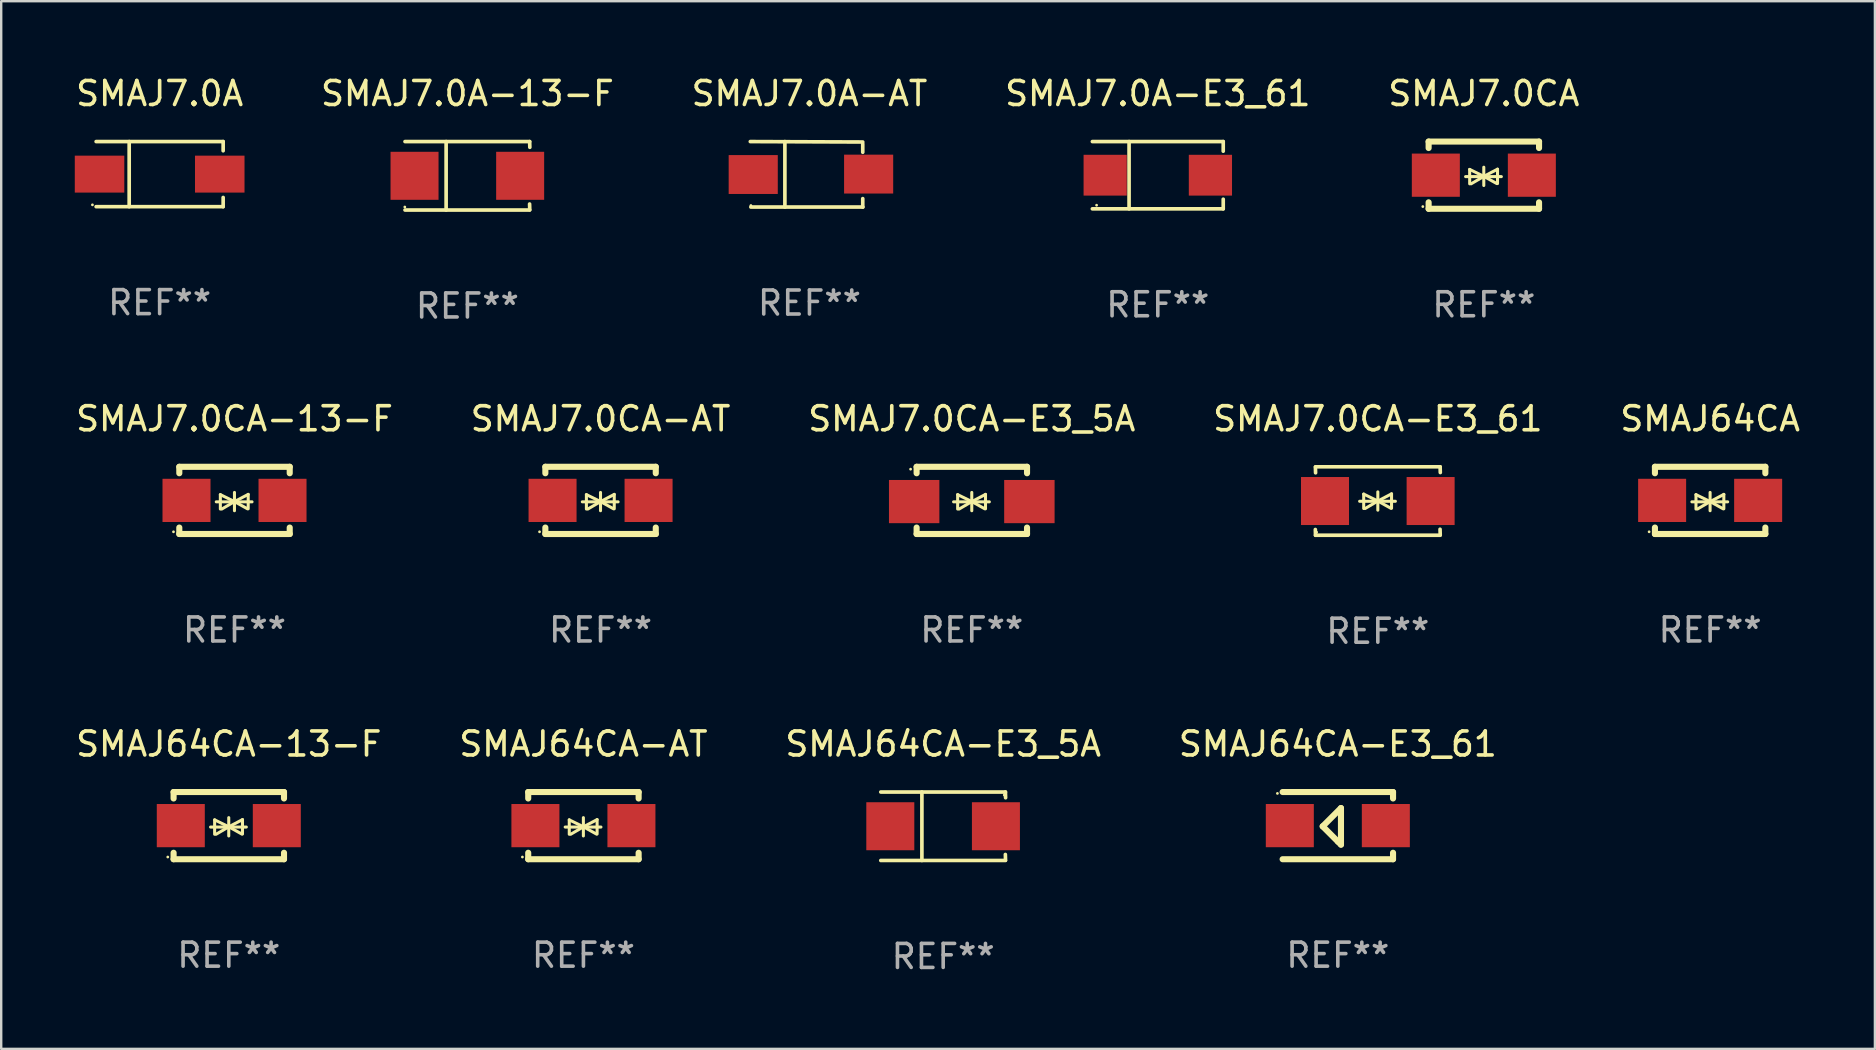
<source format=kicad_pcb>
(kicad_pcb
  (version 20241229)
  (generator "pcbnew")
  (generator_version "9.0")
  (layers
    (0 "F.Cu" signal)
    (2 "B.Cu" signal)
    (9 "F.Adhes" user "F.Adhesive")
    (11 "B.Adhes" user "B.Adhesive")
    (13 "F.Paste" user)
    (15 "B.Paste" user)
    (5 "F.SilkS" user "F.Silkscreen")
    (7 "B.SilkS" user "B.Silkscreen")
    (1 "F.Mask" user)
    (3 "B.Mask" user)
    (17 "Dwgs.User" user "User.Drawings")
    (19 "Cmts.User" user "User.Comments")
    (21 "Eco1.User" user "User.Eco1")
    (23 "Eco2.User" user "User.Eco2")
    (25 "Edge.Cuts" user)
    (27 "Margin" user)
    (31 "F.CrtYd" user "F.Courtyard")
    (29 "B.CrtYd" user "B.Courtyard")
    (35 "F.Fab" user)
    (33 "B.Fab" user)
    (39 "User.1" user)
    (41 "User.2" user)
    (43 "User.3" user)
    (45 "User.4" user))
  (footprint "SMAJ7.0CA-E3_5A"
    (layer "F.Cu")
    (at 37.435 17.797)
    (property "Reference" "SMAJ7.0CA-E3_5A" (at 0 -3.4 0) (layer "F.SilkS") (effects (font (size 1 1) (thickness 0.15))))
    (attr through_hole)
    (fp_line (start -2.298 -1.4) (end -2.298 -1.131) (stroke (width 0.254) (type solid)) (layer "F.SilkS"))
    (fp_line (start -2.298 -1.4) (end 2.302 -1.4) (stroke (width 0.254) (type solid)) (layer "F.SilkS"))
    (fp_line (start -2.298 1.131) (end -2.298 1.4) (stroke (width 0.254) (type solid)) (layer "F.SilkS"))
    (fp_line (start -2.298 1.4) (end 2.302 1.4) (stroke (width 0.254) (type solid)) (layer "F.SilkS"))
    (fp_line (start -0.758 0.06) (end 0.732 0.06) (stroke (width 0.127) (type solid)) (layer "F.SilkS"))
    (fp_line (start -0.588 -0.24) (end -0.588 0.36) (stroke (width 0.127) (type solid)) (layer "F.SilkS"))
    (fp_line (start -0.588 -0.24) (end 0.000025 0.049) (stroke (width 0.127) (type solid)) (layer "F.SilkS"))
    (fp_line (start -0.528 0.36) (end 0.000025 0.049) (stroke (width 0.127) (type solid)) (layer "F.SilkS"))
    (fp_line (start 0.000025 0.049) (end 0.000025 -0.332) (stroke (width 0.127) (type solid)) (layer "F.SilkS"))
    (fp_line (start 0.000025 0.049) (end 0.000025 0.43) (stroke (width 0.127) (type solid)) (layer "F.SilkS"))
    (fp_line (start 0.542 0.35) (end 0.000025 0.049) (stroke (width 0.127) (type solid)) (layer "F.SilkS"))
    (fp_line (start 0.572 -0.25) (end 0.000025 0.049) (stroke (width 0.127) (type solid)) (layer "F.SilkS"))
    (fp_line (start 0.572 -0.25) (end 0.572 0.35) (stroke (width 0.127) (type solid)) (layer "F.SilkS"))
    (fp_line (start 2.302 -1.4) (end 2.302 -1.131) (stroke (width 0.254) (type solid)) (layer "F.SilkS"))
    (fp_line (start 2.302 1.131) (end 2.302 1.4) (stroke (width 0.254) (type solid)) (layer "F.SilkS"))
    (fp_circle (center -2.549 -1.301) (end -2.519 -1.301) (stroke (width 0.06) (type solid)) (fill no) (layer "F.SilkS"))
    (fp_text user "REF**" (at 0 5.4 0) (layer "F.Fab") (effects (font (size 1 1) (thickness 0.15))))
    (pad "1" smd rect (at -2.4 0.049) (size 2.1 1.8) (layers "F.Cu" "F.Mask" "F.Paste"))
    (pad "2" smd rect (at 2.4 0.049) (size 2.1 1.8) (layers "F.Cu" "F.Mask" "F.Paste")))
  (footprint "SMAJ7.0A-13-F"
    (layer "F.Cu")
    (at 16.423 4.274)
    (property "Reference" "SMAJ7.0A-13-F" (at 0 -3.426 0) (layer "F.SilkS") (effects (font (size 1 1) (thickness 0.15))))
    (attr through_hole)
    (fp_line (start -2.6 -1.426) (end 2.593 -1.426) (stroke (width 0.152) (type solid)) (layer "F.SilkS"))
    (fp_line (start -2.6 1.426) (end 2.593 1.426) (stroke (width 0.152) (type solid)) (layer "F.SilkS"))
    (fp_line (start -0.887 -1.426) (end -0.887 1.426) (stroke (width 0.152) (type solid)) (layer "F.SilkS"))
    (fp_line (start 2.59 1.176) (end 2.597 1.415) (stroke (width 0.152) (type solid)) (layer "F.SilkS"))
    (fp_line (start 2.593 -1.426) (end 2.6 -1.187) (stroke (width 0.152) (type solid)) (layer "F.SilkS"))
    (fp_circle (center -2.608 1.3) (end -2.578 1.3) (stroke (width 0.06) (type solid)) (fill no) (layer "F.SilkS"))
    (fp_text user "REF**" (at 0 5.426 0) (layer "F.Fab") (effects (font (size 1 1) (thickness 0.15))))
    (pad "1" smd rect (at -2.203 0 180) (size 2 2) (layers "F.Cu" "F.Mask" "F.Paste"))
    (pad "2" smd rect (at 2.197 0 180) (size 2 2) (layers "F.Cu" "F.Mask" "F.Paste")))
  (footprint "SMAJ7.0A-AT"
    (layer "F.Cu")
    (at 30.673 4.212)
    (property "Reference" "SMAJ7.0A-AT" (at 0 -3.364 0) (layer "F.SilkS") (effects (font (size 1 1) (thickness 0.15))))
    (attr through_hole)
    (fp_line (start -2.465 -1.364) (end 2.22 -1.346) (stroke (width 0.152) (type solid)) (layer "F.SilkS"))
    (fp_line (start -2.442 1.364) (end 2.226 1.364) (stroke (width 0.152) (type solid)) (layer "F.SilkS"))
    (fp_line (start -1.024 -1.364) (end -1.024 1.364) (stroke (width 0.152) (type solid)) (layer "F.SilkS"))
    (fp_line (start 2.22 -1.27) (end 2.22 -0.919) (stroke (width 0.152) (type solid)) (layer "F.SilkS"))
    (fp_line (start 2.22 1.364) (end 2.22 1.013) (stroke (width 0.152) (type solid)) (layer "F.SilkS"))
    (fp_circle (center -2.439 1.3) (end -2.409 1.3) (stroke (width 0.06) (type solid)) (fill no) (layer "F.SilkS"))
    (fp_text user "REF**" (at 0 5.364 0) (layer "F.Fab") (effects (font (size 1 1) (thickness 0.15))))
    (pad "1" smd rect (at -2.343 0.009) (size 2.046 1.62) (layers "F.Cu" "F.Mask" "F.Paste"))
    (pad "2" smd rect (at 2.465 -0.009 180) (size 2.046 1.62) (layers "F.Cu" "F.Mask" "F.Paste")))
  (footprint "SMAJ7.0CA-E3_61"
    (layer "F.Cu")
    (at 54.351 17.823)
    (property "Reference" "SMAJ7.0CA-E3_61" (at 0 -3.426 0) (layer "F.SilkS") (effects (font (size 1 1) (thickness 0.15))))
    (attr through_hole)
    (fp_line (start -2.596 -1.426) (end 2.596 -1.426) (stroke (width 0.152) (type solid)) (layer "F.SilkS"))
    (fp_line (start -2.596 1.426) (end -2.603 1.187) (stroke (width 0.152) (type solid)) (layer "F.SilkS"))
    (fp_line (start -2.596 1.426) (end 2.596 1.426) (stroke (width 0.152) (type solid)) (layer "F.SilkS"))
    (fp_line (start -2.593 -1.176) (end -2.6 -1.415) (stroke (width 0.152) (type solid)) (layer "F.SilkS"))
    (fp_line (start -0.758 0.011) (end 0.732 0.011) (stroke (width 0.127) (type solid)) (layer "F.SilkS"))
    (fp_line (start -0.588 -0.289) (end -0.588 0.311) (stroke (width 0.127) (type solid)) (layer "F.SilkS"))
    (fp_line (start -0.588 -0.289) (end 0 0) (stroke (width 0.127) (type solid)) (layer "F.SilkS"))
    (fp_line (start -0.528 0.311) (end 0 0) (stroke (width 0.127) (type solid)) (layer "F.SilkS"))
    (fp_line (start 0 0) (end 0 -0.381) (stroke (width 0.127) (type solid)) (layer "F.SilkS"))
    (fp_line (start 0 0) (end 0 0.381) (stroke (width 0.127) (type solid)) (layer "F.SilkS"))
    (fp_line (start 0.542 0.301) (end 0 0) (stroke (width 0.127) (type solid)) (layer "F.SilkS"))
    (fp_line (start 0.572 -0.299) (end 0 0) (stroke (width 0.127) (type solid)) (layer "F.SilkS"))
    (fp_line (start 0.572 -0.299) (end 0.572 0.301) (stroke (width 0.127) (type solid)) (layer "F.SilkS"))
    (fp_line (start 2.593 1.176) (end 2.6 1.415) (stroke (width 0.152) (type solid)) (layer "F.SilkS"))
    (fp_line (start 2.596 -1.426) (end 2.603 -1.187) (stroke (width 0.152) (type solid)) (layer "F.SilkS"))
    (fp_circle (center -2.55 1.3) (end -2.52 1.3) (stroke (width 0.06) (type solid)) (fill no) (layer "F.SilkS"))
    (fp_text user "REF**" (at 0 5.426 0) (layer "F.Fab") (effects (font (size 1 1) (thickness 0.15))))
    (pad "1" smd rect (at -2.2 0 180) (size 2 2) (layers "F.Cu" "F.Mask" "F.Paste"))
    (pad "2" smd rect (at 2.2 0 180) (size 2 2) (layers "F.Cu" "F.Mask" "F.Paste")))
  (footprint "SMAJ64CA-E3_5A"
    (layer "F.Cu")
    (at 36.244 31.372)
    (property "Reference" "SMAJ64CA-E3_5A" (at 0 -3.426 0) (layer "F.SilkS") (effects (font (size 1 1) (thickness 0.15))))
    (attr through_hole)
    (fp_line (start -2.6 -1.426) (end 2.593 -1.426) (stroke (width 0.152) (type solid)) (layer "F.SilkS"))
    (fp_line (start -2.6 1.426) (end 2.593 1.426) (stroke (width 0.152) (type solid)) (layer "F.SilkS"))
    (fp_line (start -0.887 -1.426) (end -0.887 1.426) (stroke (width 0.152) (type solid)) (layer "F.SilkS"))
    (fp_line (start 2.59 1.176) (end 2.597 1.415) (stroke (width 0.152) (type solid)) (layer "F.SilkS"))
    (fp_line (start 2.593 -1.426) (end 2.6 -1.187) (stroke (width 0.152) (type solid)) (layer "F.SilkS"))
    (fp_circle (center 2.547 -1.3) (end 2.577 -1.3) (stroke (width 0.06) (type solid)) (fill no) (layer "F.SilkS"))
    (fp_text user "REF**" (at 0 5.426 0) (layer "F.Fab") (effects (font (size 1 1) (thickness 0.15))))
    (pad "1" smd rect (at 2.197 -0.000025 180) (size 2 2) (layers "F.Cu" "F.Mask" "F.Paste"))
    (pad "2" smd rect (at -2.203 -0.000025 180) (size 2 2) (layers "F.Cu" "F.Mask" "F.Paste")))
  (footprint "SMAJ7.0CA"
    (layer "F.Cu")
    (at 58.768 4.248)
    (property "Reference" "SMAJ7.0CA" (at 0 -3.4 0) (layer "F.SilkS") (effects (font (size 1 1) (thickness 0.15))))
    (attr through_hole)
    (fp_line (start -2.3 -1.4) (end -2.3 -1.131) (stroke (width 0.254) (type solid)) (layer "F.SilkS"))
    (fp_line (start -2.3 -1.4) (end 2.3 -1.4) (stroke (width 0.254) (type solid)) (layer "F.SilkS"))
    (fp_line (start -2.3 1.131) (end -2.3 1.4) (stroke (width 0.254) (type solid)) (layer "F.SilkS"))
    (fp_line (start -2.3 1.4) (end 2.3 1.4) (stroke (width 0.254) (type solid)) (layer "F.SilkS"))
    (fp_line (start -0.76 0.06) (end 0.73 0.06) (stroke (width 0.127) (type solid)) (layer "F.SilkS"))
    (fp_line (start -0.59 -0.24) (end -0.59 0.36) (stroke (width 0.127) (type solid)) (layer "F.SilkS"))
    (fp_line (start -0.59 -0.24) (end -0.002 0.049) (stroke (width 0.127) (type solid)) (layer "F.SilkS"))
    (fp_line (start -0.53 0.36) (end -0.002 0.049) (stroke (width 0.127) (type solid)) (layer "F.SilkS"))
    (fp_line (start -0.002 0.049) (end -0.002 -0.332) (stroke (width 0.127) (type solid)) (layer "F.SilkS"))
    (fp_line (start -0.002 0.049) (end -0.002 0.43) (stroke (width 0.127) (type solid)) (layer "F.SilkS"))
    (fp_line (start 0.54 0.35) (end -0.002 0.049) (stroke (width 0.127) (type solid)) (layer "F.SilkS"))
    (fp_line (start 0.57 -0.25) (end -0.002 0.049) (stroke (width 0.127) (type solid)) (layer "F.SilkS"))
    (fp_line (start 0.57 -0.25) (end 0.57 0.35) (stroke (width 0.127) (type solid)) (layer "F.SilkS"))
    (fp_line (start 2.3 -1.4) (end 2.3 -1.131) (stroke (width 0.254) (type solid)) (layer "F.SilkS"))
    (fp_line (start 2.3 1.131) (end 2.3 1.4) (stroke (width 0.254) (type solid)) (layer "F.SilkS"))
    (fp_circle (center -2.542 1.308) (end -2.512 1.308) (stroke (width 0.06) (type solid)) (fill no) (layer "F.SilkS"))
    (fp_text user "REF**" (at 0 5.4 0) (layer "F.Fab") (effects (font (size 1 1) (thickness 0.15))))
    (pad "1" smd rect (at -2 0) (size 2 1.8) (layers "F.Cu" "F.Mask" "F.Paste"))
    (pad "2" smd rect (at 2 0) (size 2 1.8) (layers "F.Cu" "F.Mask" "F.Paste")))
  (footprint "SMAJ7.0A-E3_61"
    (layer "F.Cu")
    (at 45.185 4.249)
    (property "Reference" "SMAJ7.0A-E3_61" (at 0 -3.401 0) (layer "F.SilkS") (effects (font (size 1 1) (thickness 0.15))))
    (attr through_hole)
    (fp_line (start -2.726 -1.401) (end 2.726 -1.401) (stroke (width 0.152) (type solid)) (layer "F.SilkS"))
    (fp_line (start -2.726 1.401) (end 2.726 1.401) (stroke (width 0.152) (type solid)) (layer "F.SilkS"))
    (fp_line (start -1.197 -1.401) (end -1.197 1.401) (stroke (width 0.152) (type solid)) (layer "F.SilkS"))
    (fp_line (start 2.726 -1.401) (end 2.726 -1) (stroke (width 0.152) (type solid)) (layer "F.SilkS"))
    (fp_line (start 2.726 1.401) (end 2.726 1) (stroke (width 0.152) (type solid)) (layer "F.SilkS"))
    (fp_circle (center -2.55 1.25) (end -2.52 1.25) (stroke (width 0.06) (type solid)) (fill no) (layer "F.SilkS"))
    (fp_text user "REF**" (at 0 5.401 0) (layer "F.Fab") (effects (font (size 1 1) (thickness 0.15))))
    (pad "1" smd rect (at -2.192 0) (size 1.8 1.7) (layers "F.Cu" "F.Mask" "F.Paste"))
    (pad "2" smd rect (at 2.192 0) (size 1.8 1.7) (layers "F.Cu" "F.Mask" "F.Paste")))
  (footprint "SMAJ7.0A"
    (layer "F.Cu")
    (at 3.601 4.204)
    (property "Reference" "SMAJ7.0A" (at 0 -3.356 0) (layer "F.SilkS") (effects (font (size 1 1) (thickness 0.15))))
    (attr through_hole)
    (fp_line (start -2.646 -1.356) (end 2.646 -1.356) (stroke (width 0.152) (type solid)) (layer "F.SilkS"))
    (fp_line (start -2.646 1.356) (end 2.646 1.356) (stroke (width 0.152) (type solid)) (layer "F.SilkS"))
    (fp_line (start -1.269 -1.356) (end -1.269 1.356) (stroke (width 0.152) (type solid)) (layer "F.SilkS"))
    (fp_line (start 2.646 -1.356) (end 2.646 -0.973) (stroke (width 0.152) (type solid)) (layer "F.SilkS"))
    (fp_line (start 2.646 1.356) (end 2.646 0.973) (stroke (width 0.152) (type solid)) (layer "F.SilkS"))
    (fp_circle (center -2.8 1.28) (end -2.77 1.28) (stroke (width 0.06) (type solid)) (fill no) (layer "F.SilkS"))
    (fp_text user "REF**" (at 0 5.356 0) (layer "F.Fab") (effects (font (size 1 1) (thickness 0.15))))
    (pad "1" smd rect (at 2.504 0) (size 2.063 1.539) (layers "F.Cu" "F.Mask" "F.Paste"))
    (pad "2" smd rect (at -2.504 0) (size 2.063 1.539) (layers "F.Cu" "F.Mask" "F.Paste")))
  (footprint "SMAJ64CA-E3_61"
    (layer "F.Cu")
    (at 52.685 31.346)
    (property "Reference" "SMAJ64CA-E3_61" (at 0 -3.4 0) (layer "F.SilkS") (effects (font (size 1 1) (thickness 0.15))))
    (attr through_hole)
    (fp_line (start -2.3 -1.4) (end 2.3 -1.4) (stroke (width 0.254) (type solid)) (layer "F.SilkS"))
    (fp_line (start -2.3 1.4) (end 2.3 1.4) (stroke (width 0.254) (type solid)) (layer "F.SilkS"))
    (fp_line (start -0.631 0.03) (end 0.131 -0.732) (stroke (width 0.254) (type solid)) (layer "F.SilkS"))
    (fp_line (start 0.004 0.665) (end -0.631 0.03) (stroke (width 0.254) (type solid)) (layer "F.SilkS"))
    (fp_line (start 0.131 -0.732) (end 0.131 0.665) (stroke (width 0.254) (type solid)) (layer "F.SilkS"))
    (fp_line (start 0.131 0.665) (end 0.131 0.792) (stroke (width 0.254) (type solid)) (layer "F.SilkS"))
    (fp_line (start 0.131 0.792) (end 0.004 0.665) (stroke (width 0.254) (type solid)) (layer "F.SilkS"))
    (fp_line (start 2.3 -1.4) (end 2.3 -1.131) (stroke (width 0.254) (type solid)) (layer "F.SilkS"))
    (fp_line (start 2.3 1.131) (end 2.3 1.4) (stroke (width 0.254) (type solid)) (layer "F.SilkS"))
    (fp_circle (center -2.517 -1.342) (end -2.487 -1.342) (stroke (width 0.06) (type solid)) (fill no) (layer "F.SilkS"))
    (fp_text user "REF**" (at 0 5.4 0) (layer "F.Fab") (effects (font (size 1 1) (thickness 0.15))))
    (pad "1" smd rect (at -2 -0.000127) (size 2 1.8) (layers "F.Cu" "F.Mask" "F.Paste"))
    (pad "2" smd rect (at 2 -0.000127) (size 2 1.8) (layers "F.Cu" "F.Mask" "F.Paste")))
  (footprint "SMAJ64CA"
    (layer "F.Cu")
    (at 68.196 17.797)
    (property "Reference" "SMAJ64CA" (at 0 -3.4 0) (layer "F.SilkS") (effects (font (size 1 1) (thickness 0.15))))
    (attr through_hole)
    (fp_line (start -2.3 -1.4) (end -2.3 -1.131) (stroke (width 0.254) (type solid)) (layer "F.SilkS"))
    (fp_line (start -2.3 -1.4) (end 2.3 -1.4) (stroke (width 0.254) (type solid)) (layer "F.SilkS"))
    (fp_line (start -2.3 1.131) (end -2.3 1.4) (stroke (width 0.254) (type solid)) (layer "F.SilkS"))
    (fp_line (start -2.3 1.4) (end 2.3 1.4) (stroke (width 0.254) (type solid)) (layer "F.SilkS"))
    (fp_line (start -0.76 0.06) (end 0.73 0.06) (stroke (width 0.127) (type solid)) (layer "F.SilkS"))
    (fp_line (start -0.59 -0.24) (end -0.59 0.36) (stroke (width 0.127) (type solid)) (layer "F.SilkS"))
    (fp_line (start -0.59 -0.24) (end -0.002 0.049) (stroke (width 0.127) (type solid)) (layer "F.SilkS"))
    (fp_line (start -0.53 0.36) (end -0.002 0.049) (stroke (width 0.127) (type solid)) (layer "F.SilkS"))
    (fp_line (start -0.002 0.049) (end -0.002 -0.332) (stroke (width 0.127) (type solid)) (layer "F.SilkS"))
    (fp_line (start -0.002 0.049) (end -0.002 0.43) (stroke (width 0.127) (type solid)) (layer "F.SilkS"))
    (fp_line (start 0.54 0.35) (end -0.002 0.049) (stroke (width 0.127) (type solid)) (layer "F.SilkS"))
    (fp_line (start 0.57 -0.25) (end -0.002 0.049) (stroke (width 0.127) (type solid)) (layer "F.SilkS"))
    (fp_line (start 0.57 -0.25) (end 0.57 0.35) (stroke (width 0.127) (type solid)) (layer "F.SilkS"))
    (fp_line (start 2.3 -1.4) (end 2.3 -1.131) (stroke (width 0.254) (type solid)) (layer "F.SilkS"))
    (fp_line (start 2.3 1.131) (end 2.3 1.4) (stroke (width 0.254) (type solid)) (layer "F.SilkS"))
    (fp_circle (center -2.542 1.308) (end -2.512 1.308) (stroke (width 0.06) (type solid)) (fill no) (layer "F.SilkS"))
    (fp_text user "REF**" (at 0 5.4 0) (layer "F.Fab") (effects (font (size 1 1) (thickness 0.15))))
    (pad "1" smd rect (at -2 0) (size 2 1.8) (layers "F.Cu" "F.Mask" "F.Paste"))
    (pad "2" smd rect (at 2 0) (size 2 1.8) (layers "F.Cu" "F.Mask" "F.Paste")))
  (footprint "SMAJ64CA-AT"
    (layer "F.Cu")
    (at 21.256 31.346)
    (property "Reference" "SMAJ64CA-AT" (at 0 -3.4 0) (layer "F.SilkS") (effects (font (size 1 1) (thickness 0.15))))
    (attr through_hole)
    (fp_line (start -2.3 -1.4) (end -2.3 -1.131) (stroke (width 0.254) (type solid)) (layer "F.SilkS"))
    (fp_line (start -2.3 -1.4) (end 2.3 -1.4) (stroke (width 0.254) (type solid)) (layer "F.SilkS"))
    (fp_line (start -2.3 1.131) (end -2.3 1.4) (stroke (width 0.254) (type solid)) (layer "F.SilkS"))
    (fp_line (start -2.3 1.4) (end 2.3 1.4) (stroke (width 0.254) (type solid)) (layer "F.SilkS"))
    (fp_line (start -0.76 0.06) (end 0.73 0.06) (stroke (width 0.127) (type solid)) (layer "F.SilkS"))
    (fp_line (start -0.59 -0.24) (end -0.59 0.36) (stroke (width 0.127) (type solid)) (layer "F.SilkS"))
    (fp_line (start -0.59 -0.24) (end -0.002 0.049) (stroke (width 0.127) (type solid)) (layer "F.SilkS"))
    (fp_line (start -0.53 0.36) (end -0.002 0.049) (stroke (width 0.127) (type solid)) (layer "F.SilkS"))
    (fp_line (start -0.002 0.049) (end -0.002 -0.332) (stroke (width 0.127) (type solid)) (layer "F.SilkS"))
    (fp_line (start -0.002 0.049) (end -0.002 0.43) (stroke (width 0.127) (type solid)) (layer "F.SilkS"))
    (fp_line (start 0.54 0.35) (end -0.002 0.049) (stroke (width 0.127) (type solid)) (layer "F.SilkS"))
    (fp_line (start 0.57 -0.25) (end -0.002 0.049) (stroke (width 0.127) (type solid)) (layer "F.SilkS"))
    (fp_line (start 0.57 -0.25) (end 0.57 0.35) (stroke (width 0.127) (type solid)) (layer "F.SilkS"))
    (fp_line (start 2.3 -1.4) (end 2.3 -1.131) (stroke (width 0.254) (type solid)) (layer "F.SilkS"))
    (fp_line (start 2.3 1.131) (end 2.3 1.4) (stroke (width 0.254) (type solid)) (layer "F.SilkS"))
    (fp_circle (center -2.542 1.308) (end -2.512 1.308) (stroke (width 0.06) (type solid)) (fill no) (layer "F.SilkS"))
    (fp_text user "REF**" (at 0 5.4 0) (layer "F.Fab") (effects (font (size 1 1) (thickness 0.15))))
    (pad "1" smd rect (at -2 0) (size 2 1.8) (layers "F.Cu" "F.Mask" "F.Paste"))
    (pad "2" smd rect (at 2 0) (size 2 1.8) (layers "F.Cu" "F.Mask" "F.Paste")))
  (footprint "SMAJ7.0CA-13-F"
    (layer "F.Cu")
    (at 6.72 17.797)
    (property "Reference" "SMAJ7.0CA-13-F" (at 0 -3.4 0) (layer "F.SilkS") (effects (font (size 1 1) (thickness 0.15))))
    (attr through_hole)
    (fp_line (start -2.3 -1.4) (end -2.3 -1.131) (stroke (width 0.254) (type solid)) (layer "F.SilkS"))
    (fp_line (start -2.3 -1.4) (end 2.3 -1.4) (stroke (width 0.254) (type solid)) (layer "F.SilkS"))
    (fp_line (start -2.3 1.131) (end -2.3 1.4) (stroke (width 0.254) (type solid)) (layer "F.SilkS"))
    (fp_line (start -2.3 1.4) (end 2.3 1.4) (stroke (width 0.254) (type solid)) (layer "F.SilkS"))
    (fp_line (start -0.76 0.06) (end 0.73 0.06) (stroke (width 0.127) (type solid)) (layer "F.SilkS"))
    (fp_line (start -0.59 -0.24) (end -0.59 0.36) (stroke (width 0.127) (type solid)) (layer "F.SilkS"))
    (fp_line (start -0.59 -0.24) (end -0.002 0.049) (stroke (width 0.127) (type solid)) (layer "F.SilkS"))
    (fp_line (start -0.53 0.36) (end -0.002 0.049) (stroke (width 0.127) (type solid)) (layer "F.SilkS"))
    (fp_line (start -0.002 0.049) (end -0.002 -0.332) (stroke (width 0.127) (type solid)) (layer "F.SilkS"))
    (fp_line (start -0.002 0.049) (end -0.002 0.43) (stroke (width 0.127) (type solid)) (layer "F.SilkS"))
    (fp_line (start 0.54 0.35) (end -0.002 0.049) (stroke (width 0.127) (type solid)) (layer "F.SilkS"))
    (fp_line (start 0.57 -0.25) (end -0.002 0.049) (stroke (width 0.127) (type solid)) (layer "F.SilkS"))
    (fp_line (start 0.57 -0.25) (end 0.57 0.35) (stroke (width 0.127) (type solid)) (layer "F.SilkS"))
    (fp_line (start 2.3 -1.4) (end 2.3 -1.131) (stroke (width 0.254) (type solid)) (layer "F.SilkS"))
    (fp_line (start 2.3 1.131) (end 2.3 1.4) (stroke (width 0.254) (type solid)) (layer "F.SilkS"))
    (fp_circle (center -2.542 1.308) (end -2.512 1.308) (stroke (width 0.06) (type solid)) (fill no) (layer "F.SilkS"))
    (fp_text user "REF**" (at 0 5.4 0) (layer "F.Fab") (effects (font (size 1 1) (thickness 0.15))))
    (pad "1" smd rect (at -2 0) (size 2 1.8) (layers "F.Cu" "F.Mask" "F.Paste"))
    (pad "2" smd rect (at 2 0) (size 2 1.8) (layers "F.Cu" "F.Mask" "F.Paste")))
  (footprint "SMAJ7.0CA-AT"
    (layer "F.Cu")
    (at 21.97 17.797)
    (property "Reference" "SMAJ7.0CA-AT" (at 0 -3.4 0) (layer "F.SilkS") (effects (font (size 1 1) (thickness 0.15))))
    (attr through_hole)
    (fp_line (start -2.3 -1.4) (end -2.3 -1.131) (stroke (width 0.254) (type solid)) (layer "F.SilkS"))
    (fp_line (start -2.3 -1.4) (end 2.3 -1.4) (stroke (width 0.254) (type solid)) (layer "F.SilkS"))
    (fp_line (start -2.3 1.131) (end -2.3 1.4) (stroke (width 0.254) (type solid)) (layer "F.SilkS"))
    (fp_line (start -2.3 1.4) (end 2.3 1.4) (stroke (width 0.254) (type solid)) (layer "F.SilkS"))
    (fp_line (start -0.76 0.06) (end 0.73 0.06) (stroke (width 0.127) (type solid)) (layer "F.SilkS"))
    (fp_line (start -0.59 -0.24) (end -0.59 0.36) (stroke (width 0.127) (type solid)) (layer "F.SilkS"))
    (fp_line (start -0.59 -0.24) (end -0.002 0.049) (stroke (width 0.127) (type solid)) (layer "F.SilkS"))
    (fp_line (start -0.53 0.36) (end -0.002 0.049) (stroke (width 0.127) (type solid)) (layer "F.SilkS"))
    (fp_line (start -0.002 0.049) (end -0.002 -0.332) (stroke (width 0.127) (type solid)) (layer "F.SilkS"))
    (fp_line (start -0.002 0.049) (end -0.002 0.43) (stroke (width 0.127) (type solid)) (layer "F.SilkS"))
    (fp_line (start 0.54 0.35) (end -0.002 0.049) (stroke (width 0.127) (type solid)) (layer "F.SilkS"))
    (fp_line (start 0.57 -0.25) (end -0.002 0.049) (stroke (width 0.127) (type solid)) (layer "F.SilkS"))
    (fp_line (start 0.57 -0.25) (end 0.57 0.35) (stroke (width 0.127) (type solid)) (layer "F.SilkS"))
    (fp_line (start 2.3 -1.4) (end 2.3 -1.131) (stroke (width 0.254) (type solid)) (layer "F.SilkS"))
    (fp_line (start 2.3 1.131) (end 2.3 1.4) (stroke (width 0.254) (type solid)) (layer "F.SilkS"))
    (fp_circle (center -2.542 1.308) (end -2.512 1.308) (stroke (width 0.06) (type solid)) (fill no) (layer "F.SilkS"))
    (fp_text user "REF**" (at 0 5.4 0) (layer "F.Fab") (effects (font (size 1 1) (thickness 0.15))))
    (pad "1" smd rect (at -2 0) (size 2 1.8) (layers "F.Cu" "F.Mask" "F.Paste"))
    (pad "2" smd rect (at 2 0) (size 2 1.8) (layers "F.Cu" "F.Mask" "F.Paste")))
  (footprint "SMAJ64CA-13-F"
    (layer "F.Cu")
    (at 6.482 31.346)
    (property "Reference" "SMAJ64CA-13-F" (at 0 -3.4 0) (layer "F.SilkS") (effects (font (size 1 1) (thickness 0.15))))
    (attr through_hole)
    (fp_line (start -2.3 -1.4) (end -2.3 -1.131) (stroke (width 0.254) (type solid)) (layer "F.SilkS"))
    (fp_line (start -2.3 -1.4) (end 2.3 -1.4) (stroke (width 0.254) (type solid)) (layer "F.SilkS"))
    (fp_line (start -2.3 1.131) (end -2.3 1.4) (stroke (width 0.254) (type solid)) (layer "F.SilkS"))
    (fp_line (start -2.3 1.4) (end 2.3 1.4) (stroke (width 0.254) (type solid)) (layer "F.SilkS"))
    (fp_line (start -0.76 0.06) (end 0.73 0.06) (stroke (width 0.127) (type solid)) (layer "F.SilkS"))
    (fp_line (start -0.59 -0.24) (end -0.59 0.36) (stroke (width 0.127) (type solid)) (layer "F.SilkS"))
    (fp_line (start -0.59 -0.24) (end -0.002 0.049) (stroke (width 0.127) (type solid)) (layer "F.SilkS"))
    (fp_line (start -0.53 0.36) (end -0.002 0.049) (stroke (width 0.127) (type solid)) (layer "F.SilkS"))
    (fp_line (start -0.002 0.049) (end -0.002 -0.332) (stroke (width 0.127) (type solid)) (layer "F.SilkS"))
    (fp_line (start -0.002 0.049) (end -0.002 0.43) (stroke (width 0.127) (type solid)) (layer "F.SilkS"))
    (fp_line (start 0.54 0.35) (end -0.002 0.049) (stroke (width 0.127) (type solid)) (layer "F.SilkS"))
    (fp_line (start 0.57 -0.25) (end -0.002 0.049) (stroke (width 0.127) (type solid)) (layer "F.SilkS"))
    (fp_line (start 0.57 -0.25) (end 0.57 0.35) (stroke (width 0.127) (type solid)) (layer "F.SilkS"))
    (fp_line (start 2.3 -1.4) (end 2.3 -1.131) (stroke (width 0.254) (type solid)) (layer "F.SilkS"))
    (fp_line (start 2.3 1.131) (end 2.3 1.4) (stroke (width 0.254) (type solid)) (layer "F.SilkS"))
    (fp_circle (center -2.542 1.308) (end -2.512 1.308) (stroke (width 0.06) (type solid)) (fill no) (layer "F.SilkS"))
    (fp_text user "REF**" (at 0 5.4 0) (layer "F.Fab") (effects (font (size 1 1) (thickness 0.15))))
    (pad "1" smd rect (at -2 0) (size 2 1.8) (layers "F.Cu" "F.Mask" "F.Paste"))
    (pad "2" smd rect (at 2 0) (size 2 1.8) (layers "F.Cu" "F.Mask" "F.Paste")))
  (gr_rect
    (start -3 -3)
    (end 75.06 40.647)
    (stroke (width 0.1) (type default))
    (fill no)
    (layer "Edge.Cuts")))
</source>
